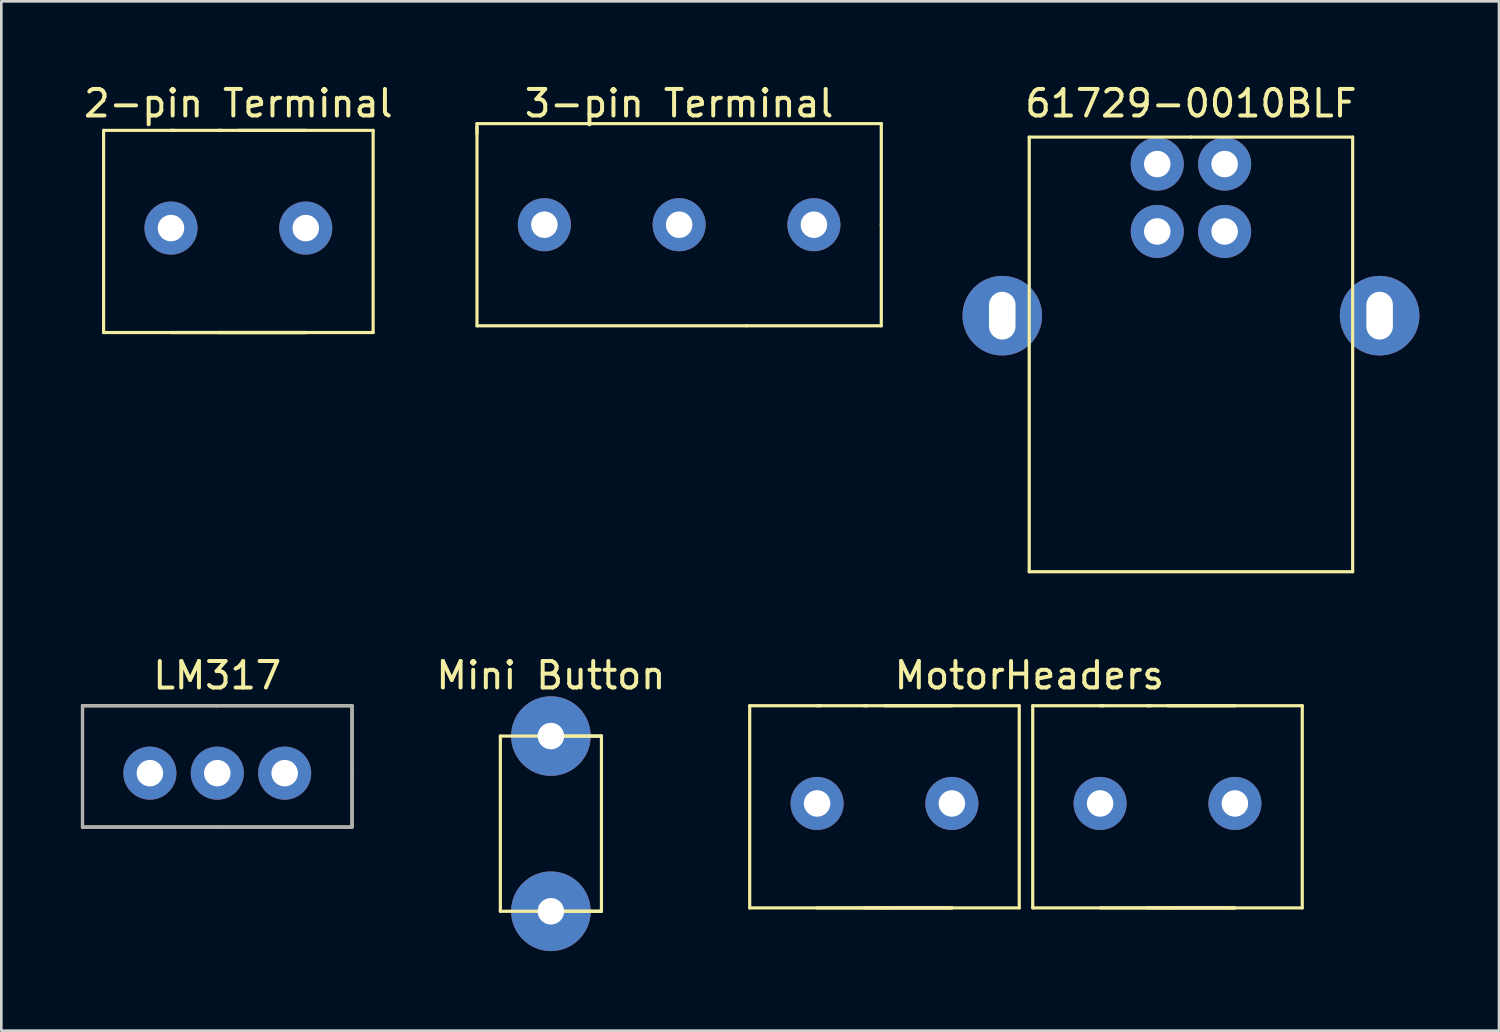
<source format=kicad_pcb>
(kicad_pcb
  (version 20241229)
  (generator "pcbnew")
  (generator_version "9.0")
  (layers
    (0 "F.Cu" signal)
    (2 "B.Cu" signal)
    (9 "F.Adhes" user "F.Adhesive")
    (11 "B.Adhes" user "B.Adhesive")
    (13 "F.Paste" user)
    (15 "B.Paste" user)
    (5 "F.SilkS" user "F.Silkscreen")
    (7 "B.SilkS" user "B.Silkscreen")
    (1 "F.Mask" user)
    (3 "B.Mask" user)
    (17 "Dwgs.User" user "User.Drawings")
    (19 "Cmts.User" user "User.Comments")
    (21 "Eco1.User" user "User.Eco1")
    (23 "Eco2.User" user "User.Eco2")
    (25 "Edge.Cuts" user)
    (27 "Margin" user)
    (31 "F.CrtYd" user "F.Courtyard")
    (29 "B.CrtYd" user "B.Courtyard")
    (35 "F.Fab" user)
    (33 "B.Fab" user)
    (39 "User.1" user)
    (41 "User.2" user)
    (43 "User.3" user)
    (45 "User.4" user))
  (footprint "MotorHeaders"
    (layer "F.Cu")
    (at 35.623 27.235)
    (property "Reference" "MotorHeaders" (at 0.127 -4.826 0) (layer "F.SilkS") (effects (font (size 1 1) (thickness 0.15))))
    (attr through_hole)
    (fp_line (start -10.414 -3.683) (end -7.747 -3.683) (stroke (width 0.12) (type solid)) (layer "F.SilkS"))
    (fp_line (start -10.414 3.937) (end -10.414 -3.683) (stroke (width 0.12) (type solid)) (layer "F.SilkS"))
    (fp_line (start -7.874 -3.683) (end -5.969 -3.683) (stroke (width 0.12) (type solid)) (layer "F.SilkS"))
    (fp_line (start -5.334 -3.683) (end -0.254 -3.683) (stroke (width 0.12) (type solid)) (layer "F.SilkS"))
    (fp_line (start -5.334 3.937) (end -10.414 3.937) (stroke (width 0.12) (type solid)) (layer "F.SilkS"))
    (fp_line (start -5.207 3.937) (end -5.334 3.937) (stroke (width 0.12) (type solid)) (layer "F.SilkS"))
    (fp_line (start -2.921 3.937) (end -5.207 3.937) (stroke (width 0.12) (type solid)) (layer "F.SilkS"))
    (fp_line (start -2.794 -3.683) (end -6.096 -3.683) (stroke (width 0.12) (type solid)) (layer "F.SilkS"))
    (fp_line (start -2.794 3.937) (end -7.874 3.937) (stroke (width 0.12) (type solid)) (layer "F.SilkS"))
    (fp_line (start -2.794 3.937) (end -6.096 3.937) (stroke (width 0.12) (type solid)) (layer "F.SilkS"))
    (fp_line (start -0.254 -3.683) (end -0.254 3.937) (stroke (width 0.12) (type solid)) (layer "F.SilkS"))
    (fp_line (start -0.254 3.937) (end -2.921 3.937) (stroke (width 0.12) (type solid)) (layer "F.SilkS"))
    (fp_line (start 0.254 -3.683) (end 2.921 -3.683) (stroke (width 0.12) (type solid)) (layer "F.SilkS"))
    (fp_line (start 0.254 3.937) (end 0.254 -3.683) (stroke (width 0.12) (type solid)) (layer "F.SilkS"))
    (fp_line (start 2.794 -3.683) (end 4.699 -3.683) (stroke (width 0.12) (type solid)) (layer "F.SilkS"))
    (fp_line (start 5.334 -3.683) (end 10.414 -3.683) (stroke (width 0.12) (type solid)) (layer "F.SilkS"))
    (fp_line (start 5.334 3.937) (end 0.254 3.937) (stroke (width 0.12) (type solid)) (layer "F.SilkS"))
    (fp_line (start 5.461 3.937) (end 5.334 3.937) (stroke (width 0.12) (type solid)) (layer "F.SilkS"))
    (fp_line (start 7.747 3.937) (end 5.461 3.937) (stroke (width 0.12) (type solid)) (layer "F.SilkS"))
    (fp_line (start 7.874 -3.683) (end 4.572 -3.683) (stroke (width 0.12) (type solid)) (layer "F.SilkS"))
    (fp_line (start 7.874 3.937) (end 2.794 3.937) (stroke (width 0.12) (type solid)) (layer "F.SilkS"))
    (fp_line (start 7.874 3.937) (end 4.572 3.937) (stroke (width 0.12) (type solid)) (layer "F.SilkS"))
    (fp_line (start 10.414 -3.683) (end 10.414 3.937) (stroke (width 0.12) (type solid)) (layer "F.SilkS"))
    (fp_line (start 10.414 3.937) (end 7.747 3.937) (stroke (width 0.12) (type solid)) (layer "F.SilkS"))
    (pad "1" thru_hole circle (at -7.874 0) (size 2 2) (drill 1) (layers "*.Cu" "*.Mask"))
    (pad "2" thru_hole circle (at -2.794 0) (size 2 2) (drill 1) (layers "*.Cu" "*.Mask"))
    (pad "3" thru_hole circle (at 2.794 0) (size 2 2) (drill 1) (layers "*.Cu" "*.Mask"))
    (pad "4" thru_hole circle (at 7.874 0) (size 2 2) (drill 1) (layers "*.Cu" "*.Mask")))
  (footprint "Mini Button"
    (layer "F.Cu")
    (at 17.715 27.997)
    (property "Reference" "Mini Button" (at 0 -5.588 0) (layer "F.SilkS") (effects (font (size 1 1) (thickness 0.15))))
    (attr through_hole)
    (fp_line (start -1.905 -3.302) (end 0 -3.302) (stroke (width 0.12) (type solid)) (layer "F.SilkS"))
    (fp_line (start -1.905 3.302) (end -1.905 -3.302) (stroke (width 0.12) (type solid)) (layer "F.SilkS"))
    (fp_line (start 0 -3.302) (end 1.905 -3.302) (stroke (width 0.12) (type solid)) (layer "F.SilkS"))
    (fp_line (start 0 -3.302) (end 1.905 -3.302) (stroke (width 0.12) (type solid)) (layer "F.SilkS"))
    (fp_line (start 0 3.302) (end 1.905 3.302) (stroke (width 0.12) (type solid)) (layer "F.SilkS"))
    (fp_line (start 1.905 -3.302) (end 1.905 3.302) (stroke (width 0.12) (type solid)) (layer "F.SilkS"))
    (fp_line (start 1.905 3.302) (end -1.905 3.302) (stroke (width 0.12) (type solid)) (layer "F.SilkS"))
    (pad "1" thru_hole circle (at 0 -3.302) (size 3 3) (drill 1) (layers "*.Cu" "*.Mask"))
    (pad "2" thru_hole circle (at 0 3.302) (size 3 3) (drill 1) (layers "*.Cu" "*.Mask")))
  (footprint "2-pin Terminal"
    (layer "F.Cu")
    (at 5.935 5.547)
    (property "Reference" "2-pin Terminal" (at 0 -4.699 0) (layer "F.SilkS") (effects (font (size 1 1) (thickness 0.15))))
    (attr through_hole)
    (fp_line (start -5.08 -3.683) (end -2.413 -3.683) (stroke (width 0.12) (type solid)) (layer "F.SilkS"))
    (fp_line (start -5.08 3.937) (end -5.08 -3.683) (stroke (width 0.12) (type solid)) (layer "F.SilkS"))
    (fp_line (start -2.54 -3.683) (end -0.635 -3.683) (stroke (width 0.12) (type solid)) (layer "F.SilkS"))
    (fp_line (start 0 -3.683) (end 5.08 -3.683) (stroke (width 0.12) (type solid)) (layer "F.SilkS"))
    (fp_line (start 0 3.937) (end -5.08 3.937) (stroke (width 0.12) (type solid)) (layer "F.SilkS"))
    (fp_line (start 0.127 3.937) (end 0 3.937) (stroke (width 0.12) (type solid)) (layer "F.SilkS"))
    (fp_line (start 2.413 3.937) (end 0.127 3.937) (stroke (width 0.12) (type solid)) (layer "F.SilkS"))
    (fp_line (start 2.54 -3.683) (end -0.762 -3.683) (stroke (width 0.12) (type solid)) (layer "F.SilkS"))
    (fp_line (start 2.54 3.937) (end -2.54 3.937) (stroke (width 0.12) (type solid)) (layer "F.SilkS"))
    (fp_line (start 2.54 3.937) (end -0.762 3.937) (stroke (width 0.12) (type solid)) (layer "F.SilkS"))
    (fp_line (start 5.08 -3.683) (end 5.08 3.937) (stroke (width 0.12) (type solid)) (layer "F.SilkS"))
    (fp_line (start 5.08 3.937) (end 2.413 3.937) (stroke (width 0.12) (type solid)) (layer "F.SilkS"))
    (pad "1" thru_hole circle (at -2.54 0) (size 2 2) (drill 1) (layers "*.Cu" "*.Mask"))
    (pad "2" thru_hole circle (at 2.54 0) (size 2 2) (drill 1) (layers "*.Cu" "*.Mask")))
  (footprint "3-pin Terminal"
    (layer "F.Cu")
    (at 22.549 5.674)
    (property "Reference" "3-pin Terminal" (at 0 -4.826 0) (layer "F.SilkS") (effects (font (size 1 1) (thickness 0.15))))
    (attr through_hole)
    (fp_line (start -7.62 -4.064) (end -7.62 -3.683) (stroke (width 0.12) (type solid)) (layer "F.SilkS"))
    (fp_line (start -7.62 -3.937) (end -7.62 3.556) (stroke (width 0.12) (type solid)) (layer "F.SilkS"))
    (fp_line (start 2.54 3.556) (end -7.62 3.556) (stroke (width 0.12) (type solid)) (layer "F.SilkS"))
    (fp_line (start 7.62 -4.064) (end -7.62 -4.064) (stroke (width 0.12) (type solid)) (layer "F.SilkS"))
    (fp_line (start 7.62 -0.254) (end 7.62 -4.064) (stroke (width 0.12) (type solid)) (layer "F.SilkS"))
    (fp_line (start 7.62 3.556) (end 2.54 3.556) (stroke (width 0.12) (type solid)) (layer "F.SilkS"))
    (fp_line (start 7.62 3.556) (end 7.62 -0.254) (stroke (width 0.12) (type solid)) (layer "F.SilkS"))
    (pad "1" thru_hole circle (at -5.08 -0.254) (size 2 2) (drill 1) (layers "*.Cu" "*.Mask"))
    (pad "2" thru_hole circle (at 0 -0.254) (size 2 2) (drill 1) (layers "*.Cu" "*.Mask"))
    (pad "3" thru_hole circle (at 5.08 -0.254) (size 2 2) (drill 1) (layers "*.Cu" "*.Mask")))
  (footprint "LM317"
    (layer "F.Cu")
    (at 5.14 26.093)
    (property "Reference" "LM317" (at 0 -3.683 0) (layer "F.SilkS") (effects (font (size 1 1) (thickness 0.15))))
    (attr through_hole)
    (fp_line (start -5.08 -2.54) (end 0 -2.54) (stroke (width 0.12) (type solid)) (layer "F.SilkS"))
    (fp_line (start -5.08 2.032) (end -5.08 -2.54) (stroke (width 0.12) (type solid)) (layer "F.SilkS"))
    (fp_line (start 0 -2.54) (end 5.08 -2.54) (stroke (width 0.12) (type solid)) (layer "F.SilkS"))
    (fp_line (start 5.08 -2.54) (end 5.08 2.032) (stroke (width 0.12) (type solid)) (layer "F.SilkS"))
    (fp_line (start 5.08 2.032) (end -5.08 2.032) (stroke (width 0.12) (type solid)) (layer "F.SilkS"))
    (fp_line (start -5.08 -2.54) (end 0 -2.54) (stroke (width 0.12) (type solid)) (layer "F.Fab"))
    (fp_line (start -5.08 2.032) (end -5.08 -2.54) (stroke (width 0.12) (type solid)) (layer "F.Fab"))
    (fp_line (start 0 2.032) (end -5.08 2.032) (stroke (width 0.12) (type solid)) (layer "F.Fab"))
    (fp_line (start 0 2.032) (end 5.08 2.032) (stroke (width 0.12) (type solid)) (layer "F.Fab"))
    (fp_line (start 5.08 -2.54) (end 0 -2.54) (stroke (width 0.12) (type solid)) (layer "F.Fab"))
    (fp_line (start 5.08 0) (end 5.08 -2.54) (stroke (width 0.12) (type solid)) (layer "F.Fab"))
    (fp_line (start 5.08 2.032) (end 5.08 0) (stroke (width 0.12) (type solid)) (layer "F.Fab"))
    (pad "1" thru_hole circle (at -2.54 0) (size 2 2) (drill 1) (layers "*.Cu" "*.Mask"))
    (pad "2" thru_hole circle (at 0 0) (size 2 2) (drill 1) (layers "*.Cu" "*.Mask"))
    (pad "3" thru_hole circle (at 2.54 0) (size 2 2) (drill 1) (layers "*.Cu" "*.Mask")))
  (footprint "61729-0010BLF"
    (layer "F.Cu")
    (at 41.841 8.722)
    (property "Reference" "61729-0010BLF" (at 0 -7.874 0) (layer "F.SilkS") (effects (font (size 1 1) (thickness 0.15))))
    (attr through_hole)
    (fp_line (start -6.096 9.779) (end -6.096 -6.604) (stroke (width 0.12) (type solid)) (layer "F.SilkS"))
    (fp_line (start 0 -6.604) (end -6.096 -6.604) (stroke (width 0.12) (type solid)) (layer "F.SilkS"))
    (fp_line (start 0 -6.604) (end 6.096 -6.604) (stroke (width 0.12) (type solid)) (layer "F.SilkS"))
    (fp_line (start 6.096 -6.604) (end 6.096 9.779) (stroke (width 0.12) (type solid)) (layer "F.SilkS"))
    (fp_line (start 6.096 9.779) (end -6.096 9.779) (stroke (width 0.12) (type solid)) (layer "F.SilkS"))
    (pad "1" thru_hole circle (at 1.27 -5.588) (size 2 2) (drill 1) (layers "*.Cu" "*.Mask"))
    (pad "2" thru_hole circle (at -1.27 -5.588) (size 2 2) (drill 1) (layers "*.Cu" "*.Mask"))
    (pad "3" thru_hole circle (at -1.27 -3.048) (size 2 2) (drill 1) (layers "*.Cu" "*.Mask"))
    (pad "4" thru_hole circle (at 1.27 -3.048) (size 2 2) (drill 1) (layers "*.Cu" "*.Mask"))
    (pad "5" thru_hole circle (at 7.112 0.127) (size 3 3) (drill oval 1 1.8) (layers "*.Cu" "*.Mask"))
    (pad "6" thru_hole circle (at -7.112 0.127) (size 3 3) (drill oval 1 1.8) (layers "*.Cu" "*.Mask")))
  (gr_rect
    (start -3 -3)
    (end 53.453 35.8)
    (stroke (width 0.1) (type default))
    (fill no)
    (layer "Edge.Cuts")))
</source>
